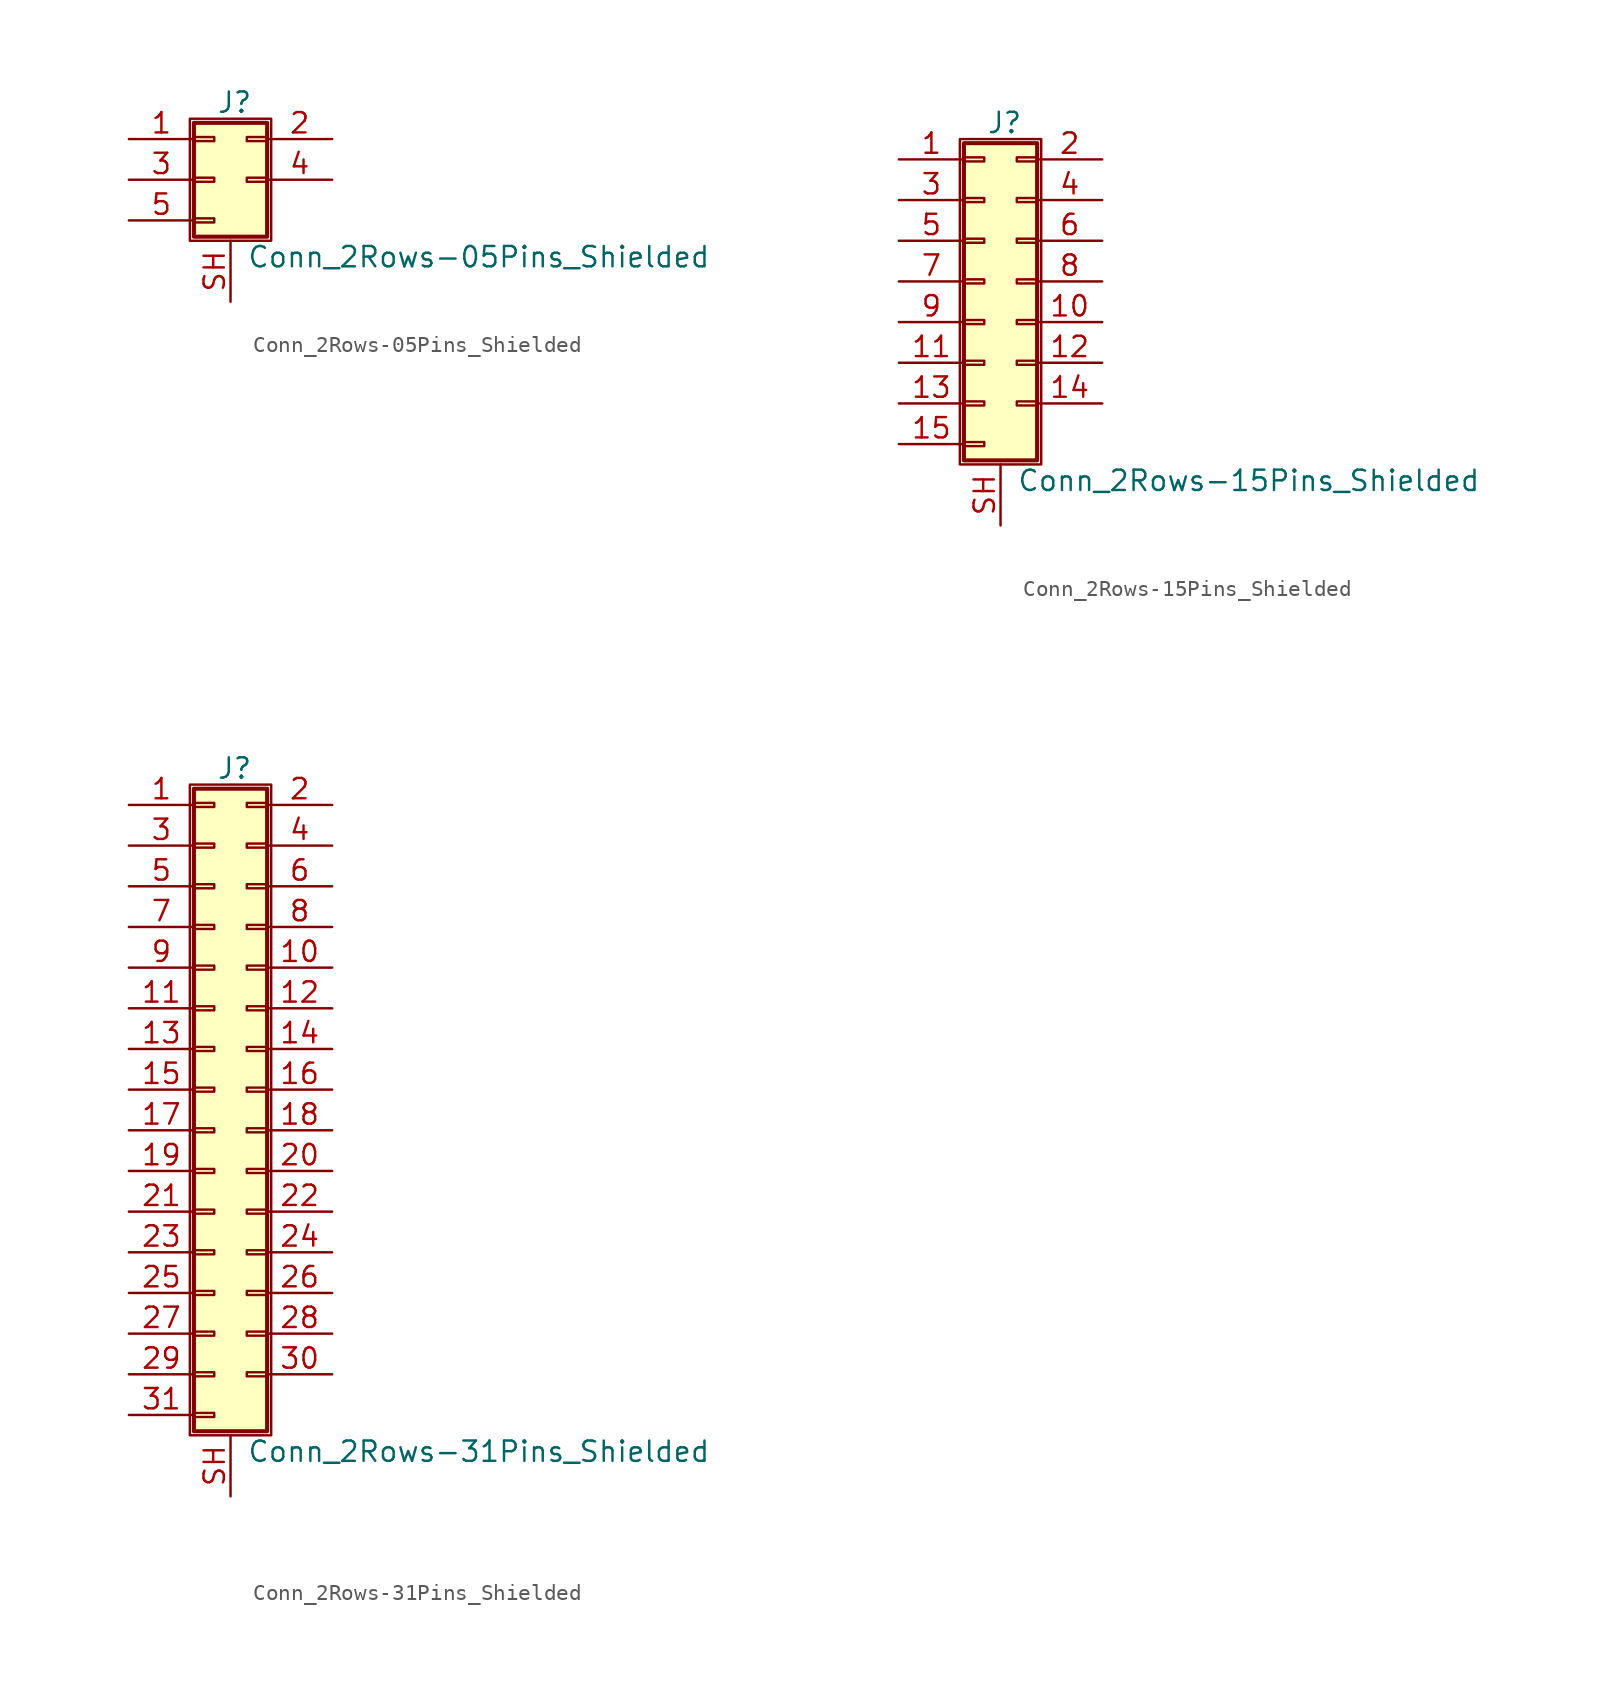
<source format=kicad_sym>
(kicad_symbol_lib
  (version 20220914)
  (generator kicad_symbol_editor)
  (symbol "Conn_2Rows-05Pins_Shielded"
    (pin_names
      (offset 1.016) hide)
    (property "Reference" "J"
      (at 1.524 4.826 0)
      (effects (font (size 1.27 1.27))))
    (property "Value" "Conn_2Rows-05Pins_Shielded"
      (at 2.286 -4.826 0)
      (effects (font (size 1.27 1.27)) (justify left)))
    (symbol "Conn_2Rows-05Pins_Shielded_1_1"
      (rectangle (start -1.27 3.81) (end 3.81 -3.81) (stroke (width 0.152) (type default)) (fill (type none)))
      (rectangle (start -1.016 -2.413) (end 0.254 -2.667) (stroke (width 0.152) (type default)) (fill (type none)))
      (rectangle (start -1.016 0.127) (end 0.254 -0.127) (stroke (width 0.152) (type default)) (fill (type none)))
      (rectangle (start -1.016 2.667) (end 0.254 2.413) (stroke (width 0.152) (type default)) (fill (type none)))
      (rectangle (start -1.016 3.556) (end 3.556 -3.556) (stroke (width 0.254) (type default)) (fill (type background)))
      (rectangle (start 3.556 0.127) (end 2.286 -0.127) (stroke (width 0.152) (type default)) (fill (type none)))
      (rectangle (start 3.556 2.667) (end 2.286 2.413) (stroke (width 0.152) (type default)) (fill (type none)))
      (pin passive line (at -5.08 2.54 0) (length 4.064) (name "Pin_1" (effects (font (size 1.27 1.27)))) (number "1" (effects (font (size 1.27 1.27)))))
      (pin passive line (at 7.62 2.54 180) (length 4.064) (name "Pin_2" (effects (font (size 1.27 1.27)))) (number "2" (effects (font (size 1.27 1.27)))))
      (pin passive line (at -5.08 0 0) (length 4.064) (name "Pin_3" (effects (font (size 1.27 1.27)))) (number "3" (effects (font (size 1.27 1.27)))))
      (pin passive line (at 7.62 0 180) (length 4.064) (name "Pin_4" (effects (font (size 1.27 1.27)))) (number "4" (effects (font (size 1.27 1.27)))))
      (pin passive line (at -5.08 -2.54 0) (length 4.064) (name "Pin_5" (effects (font (size 1.27 1.27)))) (number "5" (effects (font (size 1.27 1.27)))))
      (pin passive line (at 1.27 -7.62 90) (length 3.81) (name "Shield" (effects (font (size 1.27 1.27)))) (number "SH" (effects (font (size 1.27 1.27)))))))
  (symbol "Conn_2Rows-15Pins_Shielded"
    (pin_names
      (offset 1.016) hide)
    (property "Reference" "J"
      (at 1.524 9.906 0)
      (effects (font (size 1.27 1.27))))
    (property "Value" "Conn_2Rows-15Pins_Shielded"
      (at 2.286 -12.446 0)
      (effects (font (size 1.27 1.27)) (justify left)))
    (symbol "Conn_2Rows-15Pins_Shielded_1_1"
      (rectangle (start -1.27 8.89) (end 3.81 -11.43) (stroke (width 0.152) (type default)) (fill (type none)))
      (rectangle (start -1.016 -10.033) (end 0.254 -10.287) (stroke (width 0.152) (type default)) (fill (type none)))
      (rectangle (start -1.016 -7.493) (end 0.254 -7.747) (stroke (width 0.152) (type default)) (fill (type none)))
      (rectangle (start -1.016 -4.953) (end 0.254 -5.207) (stroke (width 0.152) (type default)) (fill (type none)))
      (rectangle (start -1.016 -2.413) (end 0.254 -2.667) (stroke (width 0.152) (type default)) (fill (type none)))
      (rectangle (start -1.016 0.127) (end 0.254 -0.127) (stroke (width 0.152) (type default)) (fill (type none)))
      (rectangle (start -1.016 2.667) (end 0.254 2.413) (stroke (width 0.152) (type default)) (fill (type none)))
      (rectangle (start -1.016 5.207) (end 0.254 4.953) (stroke (width 0.152) (type default)) (fill (type none)))
      (rectangle (start -1.016 7.747) (end 0.254 7.493) (stroke (width 0.152) (type default)) (fill (type none)))
      (rectangle (start -1.016 8.636) (end 3.556 -11.176) (stroke (width 0.254) (type default)) (fill (type background)))
      (rectangle (start 3.556 -7.493) (end 2.286 -7.747) (stroke (width 0.152) (type default)) (fill (type none)))
      (rectangle (start 3.556 -4.953) (end 2.286 -5.207) (stroke (width 0.152) (type default)) (fill (type none)))
      (rectangle (start 3.556 -2.413) (end 2.286 -2.667) (stroke (width 0.152) (type default)) (fill (type none)))
      (rectangle (start 3.556 0.127) (end 2.286 -0.127) (stroke (width 0.152) (type default)) (fill (type none)))
      (rectangle (start 3.556 2.667) (end 2.286 2.413) (stroke (width 0.152) (type default)) (fill (type none)))
      (rectangle (start 3.556 5.207) (end 2.286 4.953) (stroke (width 0.152) (type default)) (fill (type none)))
      (rectangle (start 3.556 7.747) (end 2.286 7.493) (stroke (width 0.152) (type default)) (fill (type none)))
      (pin passive line (at -5.08 7.62 0) (length 4.064) (name "Pin_1" (effects (font (size 1.27 1.27)))) (number "1" (effects (font (size 1.27 1.27)))))
      (pin passive line (at 7.62 -2.54 180) (length 4.064) (name "Pin_10" (effects (font (size 1.27 1.27)))) (number "10" (effects (font (size 1.27 1.27)))))
      (pin passive line (at -5.08 -5.08 0) (length 4.064) (name "Pin_11" (effects (font (size 1.27 1.27)))) (number "11" (effects (font (size 1.27 1.27)))))
      (pin passive line (at 7.62 -5.08 180) (length 4.064) (name "Pin_12" (effects (font (size 1.27 1.27)))) (number "12" (effects (font (size 1.27 1.27)))))
      (pin passive line (at -5.08 -7.62 0) (length 4.064) (name "Pin_13" (effects (font (size 1.27 1.27)))) (number "13" (effects (font (size 1.27 1.27)))))
      (pin passive line (at 7.62 -7.62 180) (length 4.064) (name "Pin_14" (effects (font (size 1.27 1.27)))) (number "14" (effects (font (size 1.27 1.27)))))
      (pin passive line (at -5.08 -10.16 0) (length 4.064) (name "Pin_15" (effects (font (size 1.27 1.27)))) (number "15" (effects (font (size 1.27 1.27)))))
      (pin passive line (at 7.62 7.62 180) (length 4.064) (name "Pin_2" (effects (font (size 1.27 1.27)))) (number "2" (effects (font (size 1.27 1.27)))))
      (pin passive line (at -5.08 5.08 0) (length 4.064) (name "Pin_3" (effects (font (size 1.27 1.27)))) (number "3" (effects (font (size 1.27 1.27)))))
      (pin passive line (at 7.62 5.08 180) (length 4.064) (name "Pin_4" (effects (font (size 1.27 1.27)))) (number "4" (effects (font (size 1.27 1.27)))))
      (pin passive line (at -5.08 2.54 0) (length 4.064) (name "Pin_5" (effects (font (size 1.27 1.27)))) (number "5" (effects (font (size 1.27 1.27)))))
      (pin passive line (at 7.62 2.54 180) (length 4.064) (name "Pin_6" (effects (font (size 1.27 1.27)))) (number "6" (effects (font (size 1.27 1.27)))))
      (pin passive line (at -5.08 0 0) (length 4.064) (name "Pin_7" (effects (font (size 1.27 1.27)))) (number "7" (effects (font (size 1.27 1.27)))))
      (pin passive line (at 7.62 0 180) (length 4.064) (name "Pin_8" (effects (font (size 1.27 1.27)))) (number "8" (effects (font (size 1.27 1.27)))))
      (pin passive line (at -5.08 -2.54 0) (length 4.064) (name "Pin_9" (effects (font (size 1.27 1.27)))) (number "9" (effects (font (size 1.27 1.27)))))
      (pin passive line (at 1.27 -15.24 90) (length 3.81) (name "Shield" (effects (font (size 1.27 1.27)))) (number "SH" (effects (font (size 1.27 1.27)))))))
  (symbol "Conn_2Rows-31Pins_Shielded"
    (pin_names
      (offset 1.016) hide)
    (property "Reference" "J"
      (at 1.524 20.066 0)
      (effects (font (size 1.27 1.27))))
    (property "Value" "Conn_2Rows-31Pins_Shielded"
      (at 2.286 -22.606 0)
      (effects (font (size 1.27 1.27)) (justify left)))
    (symbol "Conn_2Rows-31Pins_Shielded_1_1"
      (rectangle (start -1.27 19.05) (end 3.81 -21.59) (stroke (width 0.152) (type default)) (fill (type none)))
      (rectangle (start -1.016 -20.193) (end 0.254 -20.447) (stroke (width 0.152) (type default)) (fill (type none)))
      (rectangle (start -1.016 -17.653) (end 0.254 -17.907) (stroke (width 0.152) (type default)) (fill (type none)))
      (rectangle (start -1.016 -15.113) (end 0.254 -15.367) (stroke (width 0.152) (type default)) (fill (type none)))
      (rectangle (start -1.016 -12.573) (end 0.254 -12.827) (stroke (width 0.152) (type default)) (fill (type none)))
      (rectangle (start -1.016 -10.033) (end 0.254 -10.287) (stroke (width 0.152) (type default)) (fill (type none)))
      (rectangle (start -1.016 -7.493) (end 0.254 -7.747) (stroke (width 0.152) (type default)) (fill (type none)))
      (rectangle (start -1.016 -4.953) (end 0.254 -5.207) (stroke (width 0.152) (type default)) (fill (type none)))
      (rectangle (start -1.016 -2.413) (end 0.254 -2.667) (stroke (width 0.152) (type default)) (fill (type none)))
      (rectangle (start -1.016 0.127) (end 0.254 -0.127) (stroke (width 0.152) (type default)) (fill (type none)))
      (rectangle (start -1.016 2.667) (end 0.254 2.413) (stroke (width 0.152) (type default)) (fill (type none)))
      (rectangle (start -1.016 5.207) (end 0.254 4.953) (stroke (width 0.152) (type default)) (fill (type none)))
      (rectangle (start -1.016 7.747) (end 0.254 7.493) (stroke (width 0.152) (type default)) (fill (type none)))
      (rectangle (start -1.016 10.287) (end 0.254 10.033) (stroke (width 0.152) (type default)) (fill (type none)))
      (rectangle (start -1.016 12.827) (end 0.254 12.573) (stroke (width 0.152) (type default)) (fill (type none)))
      (rectangle (start -1.016 15.367) (end 0.254 15.113) (stroke (width 0.152) (type default)) (fill (type none)))
      (rectangle (start -1.016 17.907) (end 0.254 17.653) (stroke (width 0.152) (type default)) (fill (type none)))
      (rectangle (start -1.016 18.796) (end 3.556 -21.336) (stroke (width 0.254) (type default)) (fill (type background)))
      (rectangle (start 3.556 -17.653) (end 2.286 -17.907) (stroke (width 0.152) (type default)) (fill (type none)))
      (rectangle (start 3.556 -15.113) (end 2.286 -15.367) (stroke (width 0.152) (type default)) (fill (type none)))
      (rectangle (start 3.556 -12.573) (end 2.286 -12.827) (stroke (width 0.152) (type default)) (fill (type none)))
      (rectangle (start 3.556 -10.033) (end 2.286 -10.287) (stroke (width 0.152) (type default)) (fill (type none)))
      (rectangle (start 3.556 -7.493) (end 2.286 -7.747) (stroke (width 0.152) (type default)) (fill (type none)))
      (rectangle (start 3.556 -4.953) (end 2.286 -5.207) (stroke (width 0.152) (type default)) (fill (type none)))
      (rectangle (start 3.556 -2.413) (end 2.286 -2.667) (stroke (width 0.152) (type default)) (fill (type none)))
      (rectangle (start 3.556 0.127) (end 2.286 -0.127) (stroke (width 0.152) (type default)) (fill (type none)))
      (rectangle (start 3.556 2.667) (end 2.286 2.413) (stroke (width 0.152) (type default)) (fill (type none)))
      (rectangle (start 3.556 5.207) (end 2.286 4.953) (stroke (width 0.152) (type default)) (fill (type none)))
      (rectangle (start 3.556 7.747) (end 2.286 7.493) (stroke (width 0.152) (type default)) (fill (type none)))
      (rectangle (start 3.556 10.287) (end 2.286 10.033) (stroke (width 0.152) (type default)) (fill (type none)))
      (rectangle (start 3.556 12.827) (end 2.286 12.573) (stroke (width 0.152) (type default)) (fill (type none)))
      (rectangle (start 3.556 15.367) (end 2.286 15.113) (stroke (width 0.152) (type default)) (fill (type none)))
      (rectangle (start 3.556 17.907) (end 2.286 17.653) (stroke (width 0.152) (type default)) (fill (type none)))
      (pin passive line (at -5.08 17.78 0) (length 4.064) (name "Pin_1" (effects (font (size 1.27 1.27)))) (number "1" (effects (font (size 1.27 1.27)))))
      (pin passive line (at 7.62 7.62 180) (length 4.064) (name "Pin_10" (effects (font (size 1.27 1.27)))) (number "10" (effects (font (size 1.27 1.27)))))
      (pin passive line (at -5.08 5.08 0) (length 4.064) (name "Pin_11" (effects (font (size 1.27 1.27)))) (number "11" (effects (font (size 1.27 1.27)))))
      (pin passive line (at 7.62 5.08 180) (length 4.064) (name "Pin_12" (effects (font (size 1.27 1.27)))) (number "12" (effects (font (size 1.27 1.27)))))
      (pin passive line (at -5.08 2.54 0) (length 4.064) (name "Pin_13" (effects (font (size 1.27 1.27)))) (number "13" (effects (font (size 1.27 1.27)))))
      (pin passive line (at 7.62 2.54 180) (length 4.064) (name "Pin_14" (effects (font (size 1.27 1.27)))) (number "14" (effects (font (size 1.27 1.27)))))
      (pin passive line (at -5.08 0 0) (length 4.064) (name "Pin_15" (effects (font (size 1.27 1.27)))) (number "15" (effects (font (size 1.27 1.27)))))
      (pin passive line (at 7.62 0 180) (length 4.064) (name "Pin_16" (effects (font (size 1.27 1.27)))) (number "16" (effects (font (size 1.27 1.27)))))
      (pin passive line (at -5.08 -2.54 0) (length 4.064) (name "Pin_17" (effects (font (size 1.27 1.27)))) (number "17" (effects (font (size 1.27 1.27)))))
      (pin passive line (at 7.62 -2.54 180) (length 4.064) (name "Pin_18" (effects (font (size 1.27 1.27)))) (number "18" (effects (font (size 1.27 1.27)))))
      (pin passive line (at -5.08 -5.08 0) (length 4.064) (name "Pin_19" (effects (font (size 1.27 1.27)))) (number "19" (effects (font (size 1.27 1.27)))))
      (pin passive line (at 7.62 17.78 180) (length 4.064) (name "Pin_2" (effects (font (size 1.27 1.27)))) (number "2" (effects (font (size 1.27 1.27)))))
      (pin passive line (at 7.62 -5.08 180) (length 4.064) (name "Pin_20" (effects (font (size 1.27 1.27)))) (number "20" (effects (font (size 1.27 1.27)))))
      (pin passive line (at -5.08 -7.62 0) (length 4.064) (name "Pin_21" (effects (font (size 1.27 1.27)))) (number "21" (effects (font (size 1.27 1.27)))))
      (pin passive line (at 7.62 -7.62 180) (length 4.064) (name "Pin_22" (effects (font (size 1.27 1.27)))) (number "22" (effects (font (size 1.27 1.27)))))
      (pin passive line (at -5.08 -10.16 0) (length 4.064) (name "Pin_23" (effects (font (size 1.27 1.27)))) (number "23" (effects (font (size 1.27 1.27)))))
      (pin passive line (at 7.62 -10.16 180) (length 4.064) (name "Pin_24" (effects (font (size 1.27 1.27)))) (number "24" (effects (font (size 1.27 1.27)))))
      (pin passive line (at -5.08 -12.7 0) (length 4.064) (name "Pin_25" (effects (font (size 1.27 1.27)))) (number "25" (effects (font (size 1.27 1.27)))))
      (pin passive line (at 7.62 -12.7 180) (length 4.064) (name "Pin_26" (effects (font (size 1.27 1.27)))) (number "26" (effects (font (size 1.27 1.27)))))
      (pin passive line (at -5.08 -15.24 0) (length 4.064) (name "Pin_27" (effects (font (size 1.27 1.27)))) (number "27" (effects (font (size 1.27 1.27)))))
      (pin passive line (at 7.62 -15.24 180) (length 4.064) (name "Pin_28" (effects (font (size 1.27 1.27)))) (number "28" (effects (font (size 1.27 1.27)))))
      (pin passive line (at -5.08 -17.78 0) (length 4.064) (name "Pin_29" (effects (font (size 1.27 1.27)))) (number "29" (effects (font (size 1.27 1.27)))))
      (pin passive line (at -5.08 15.24 0) (length 4.064) (name "Pin_3" (effects (font (size 1.27 1.27)))) (number "3" (effects (font (size 1.27 1.27)))))
      (pin passive line (at 7.62 -17.78 180) (length 4.064) (name "Pin_30" (effects (font (size 1.27 1.27)))) (number "30" (effects (font (size 1.27 1.27)))))
      (pin passive line (at -5.08 -20.32 0) (length 4.064) (name "Pin_31" (effects (font (size 1.27 1.27)))) (number "31" (effects (font (size 1.27 1.27)))))
      (pin passive line (at 7.62 15.24 180) (length 4.064) (name "Pin_4" (effects (font (size 1.27 1.27)))) (number "4" (effects (font (size 1.27 1.27)))))
      (pin passive line (at -5.08 12.7 0) (length 4.064) (name "Pin_5" (effects (font (size 1.27 1.27)))) (number "5" (effects (font (size 1.27 1.27)))))
      (pin passive line (at 7.62 12.7 180) (length 4.064) (name "Pin_6" (effects (font (size 1.27 1.27)))) (number "6" (effects (font (size 1.27 1.27)))))
      (pin passive line (at -5.08 10.16 0) (length 4.064) (name "Pin_7" (effects (font (size 1.27 1.27)))) (number "7" (effects (font (size 1.27 1.27)))))
      (pin passive line (at 7.62 10.16 180) (length 4.064) (name "Pin_8" (effects (font (size 1.27 1.27)))) (number "8" (effects (font (size 1.27 1.27)))))
      (pin passive line (at -5.08 7.62 0) (length 4.064) (name "Pin_9" (effects (font (size 1.27 1.27)))) (number "9" (effects (font (size 1.27 1.27)))))
      (pin passive line (at 1.27 -25.4 90) (length 3.81) (name "Shield" (effects (font (size 1.27 1.27)))) (number "SH" (effects (font (size 1.27 1.27))))))))
</source>
